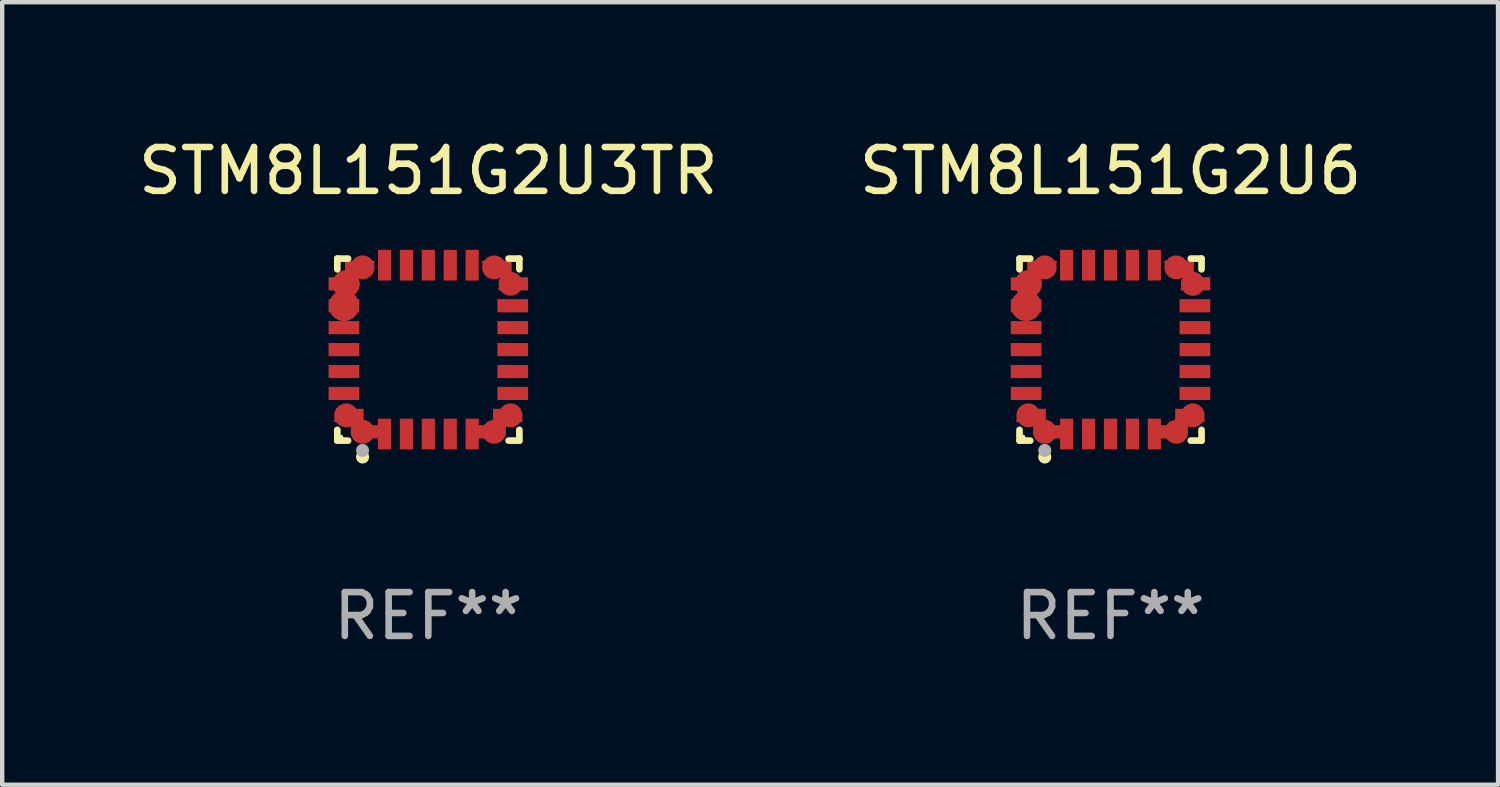
<source format=kicad_pcb>
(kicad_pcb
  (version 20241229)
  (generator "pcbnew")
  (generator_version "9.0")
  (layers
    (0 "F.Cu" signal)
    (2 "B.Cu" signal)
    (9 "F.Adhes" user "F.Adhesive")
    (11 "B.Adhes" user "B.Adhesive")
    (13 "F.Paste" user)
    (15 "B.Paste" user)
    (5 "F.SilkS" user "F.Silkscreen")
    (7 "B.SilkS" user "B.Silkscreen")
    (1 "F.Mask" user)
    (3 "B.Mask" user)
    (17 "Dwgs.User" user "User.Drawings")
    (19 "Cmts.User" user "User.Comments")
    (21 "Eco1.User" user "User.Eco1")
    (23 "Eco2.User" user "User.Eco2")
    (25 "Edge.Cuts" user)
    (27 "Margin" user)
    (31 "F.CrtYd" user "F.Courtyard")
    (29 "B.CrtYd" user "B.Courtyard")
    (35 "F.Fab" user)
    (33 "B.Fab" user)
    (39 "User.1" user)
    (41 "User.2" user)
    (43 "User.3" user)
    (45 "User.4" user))
  (footprint "STM8L151G2U3TR"
    (layer "F.Cu")
    (at 6.72 4.924)
    (property "Reference" "STM8L151G2U3TR" (at 0 -4.076 0) (layer "F.SilkS") (effects (font (size 1 1) (thickness 0.15))))
    (attr through_hole)
    (fp_line (start -2.076 -2.076) (end -1.831 -2.076) (stroke (width 0.152) (type solid)) (layer "F.SilkS"))
    (fp_line (start -2.076 -1.831) (end -2.076 -2.076) (stroke (width 0.152) (type solid)) (layer "F.SilkS"))
    (fp_line (start -2.076 1.831) (end -2.076 2.076) (stroke (width 0.152) (type solid)) (layer "F.SilkS"))
    (fp_line (start -2.076 2.076) (end -1.831 2.076) (stroke (width 0.152) (type solid)) (layer "F.SilkS"))
    (fp_line (start 2.076 -2.076) (end 1.831 -2.076) (stroke (width 0.152) (type solid)) (layer "F.SilkS"))
    (fp_line (start 2.076 -1.831) (end 2.076 -2.076) (stroke (width 0.152) (type solid)) (layer "F.SilkS"))
    (fp_line (start 2.076 1.831) (end 2.076 2.076) (stroke (width 0.152) (type solid)) (layer "F.SilkS"))
    (fp_line (start 2.076 2.076) (end 1.831 2.076) (stroke (width 0.152) (type solid)) (layer "F.SilkS"))
    (fp_circle (center -2 2) (end -1.97 2) (stroke (width 0.06) (type solid)) (fill no) (layer "F.SilkS"))
    (fp_circle (center -1.5 2.45) (end -1.425 2.45) (stroke (width 0.15) (type solid)) (fill no) (layer "F.SilkS"))
    (fp_circle (center -1.5 2.3) (end -1.425 2.3) (stroke (width 0.15) (type solid)) (fill no) (layer "F.Fab"))
    (fp_text user "REF**" (at 0 6.076 0) (layer "F.Fab") (effects (font (size 1 1) (thickness 0.15))))
    (pad "1" smd custom (at -1.5 1.875 90) (size 0.55 0.3) (layers "F.Cu" "F.Mask" "F.Paste") (options (anchor circle)) (primitives (gr_poly (pts (xy -0.15 -0.025) (xy -0.15 0.4) (xy 0.15 0.4) (xy 0.15 -0.275) (xy 0.1 -0.275)) (width 0) (fill yes))))
    (pad "2" smd rect (at -1 1.925) (size 0.3 0.7) (layers "F.Cu" "F.Mask" "F.Paste"))
    (pad "3" smd rect (at -0.5 1.925) (size 0.3 0.7) (layers "F.Cu" "F.Mask" "F.Paste"))
    (pad "4" smd rect (at 0 1.925) (size 0.3 0.7) (layers "F.Cu" "F.Mask" "F.Paste"))
    (pad "5" smd rect (at 0.5 1.925) (size 0.3 0.7) (layers "F.Cu" "F.Mask" "F.Paste"))
    (pad "6" smd rect (at 1 1.925) (size 0.3 0.7) (layers "F.Cu" "F.Mask" "F.Paste"))
    (pad "7" smd custom (at 1.5 1.875 270) (size 0.55 0.3) (layers "F.Cu" "F.Mask" "F.Paste") (options (anchor circle)) (primitives (gr_poly (pts (xy 0.15 -0.025) (xy 0.15 0.4) (xy -0.15 0.4) (xy -0.15 -0.275) (xy -0.1 -0.275)) (width 0) (fill yes))))
    (pad "8" smd custom (at 1.875 1.5 180) (size 0.55 0.3) (layers "F.Cu" "F.Mask" "F.Paste") (options (anchor circle)) (primitives (gr_poly (pts (xy -0.025 0.15) (xy 0.4 0.15) (xy 0.4 -0.15) (xy -0.275 -0.15) (xy -0.275 -0.1)) (width 0) (fill yes))))
    (pad "9" smd rect (at 1.925 1) (size 0.7 0.3) (layers "F.Cu" "F.Mask" "F.Paste"))
    (pad "10" smd rect (at 1.925 0.5) (size 0.7 0.3) (layers "F.Cu" "F.Mask" "F.Paste"))
    (pad "11" smd rect (at 1.925 0) (size 0.7 0.3) (layers "F.Cu" "F.Mask" "F.Paste"))
    (pad "12" smd rect (at 1.925 -0.5) (size 0.7 0.3) (layers "F.Cu" "F.Mask" "F.Paste"))
    (pad "13" smd rect (at 1.925 -1) (size 0.7 0.3) (layers "F.Cu" "F.Mask" "F.Paste"))
    (pad "14" smd custom (at 1.875 -1.5) (size 0.55 0.3) (layers "F.Cu" "F.Mask" "F.Paste") (options (anchor circle)) (primitives (gr_poly (pts (xy -0.025 -0.15) (xy 0.4 -0.15) (xy 0.4 0.15) (xy -0.275 0.15) (xy -0.275 0.1)) (width 0) (fill yes))))
    (pad "15" smd custom (at 1.5 -1.875 270) (size 0.55 0.3) (layers "F.Cu" "F.Mask" "F.Paste") (options (anchor circle)) (primitives (gr_poly (pts (xy 0.15 0.025) (xy 0.15 -0.4) (xy -0.15 -0.4) (xy -0.15 0.275) (xy -0.1 0.275)) (width 0) (fill yes))))
    (pad "16" smd rect (at 1 -1.925) (size 0.3 0.7) (layers "F.Cu" "F.Mask" "F.Paste"))
    (pad "17" smd rect (at 0.5 -1.925) (size 0.3 0.7) (layers "F.Cu" "F.Mask" "F.Paste"))
    (pad "18" smd rect (at 0 -1.925) (size 0.3 0.7) (layers "F.Cu" "F.Mask" "F.Paste"))
    (pad "19" smd rect (at -0.5 -1.925) (size 0.3 0.7) (layers "F.Cu" "F.Mask" "F.Paste"))
    (pad "20" smd rect (at -1 -1.925) (size 0.3 0.7) (layers "F.Cu" "F.Mask" "F.Paste"))
    (pad "21" smd custom (at -1.5 -1.875 90) (size 0.55 0.3) (layers "F.Cu" "F.Mask" "F.Paste") (options (anchor circle)) (primitives (gr_poly (pts (xy -0.15 0.025) (xy -0.15 -0.4) (xy 0.15 -0.4) (xy 0.15 0.275) (xy 0.1 0.275)) (width 0) (fill yes))))
    (pad "22" smd custom (at -1.875 -1.5) (size 0.625 0.3) (layers "F.Cu" "F.Mask" "F.Paste") (options (anchor circle)) (primitives (gr_poly (pts (xy 0.025 -0.15) (xy -0.4 -0.15) (xy -0.4 0.15) (xy 0.275 0.15) (xy 0.275 0.1)) (width 0) (fill yes))))
    (pad "23" smd custom (at -1.925 -1) (size 0.7 0.3) (layers "F.Cu" "F.Mask" "F.Paste") (options (anchor circle)) (primitives (gr_poly (pts (xy -0.35 -0.15) (xy 0.35 -0.15) (xy 0.35 0.15) (xy -0.35 0.15)) (width 0) (fill yes))))
    (pad "24" smd rect (at -1.925 -0.5) (size 0.7 0.3) (layers "F.Cu" "F.Mask" "F.Paste"))
    (pad "25" smd rect (at -1.925 0) (size 0.7 0.3) (layers "F.Cu" "F.Mask" "F.Paste"))
    (pad "26" smd rect (at -1.925 0.5) (size 0.7 0.3) (layers "F.Cu" "F.Mask" "F.Paste"))
    (pad "27" smd rect (at -1.925 1) (size 0.7 0.3) (layers "F.Cu" "F.Mask" "F.Paste"))
    (pad "28" smd custom (at -1.875 1.5 180) (size 0.55 0.3) (layers "F.Cu" "F.Mask" "F.Paste") (options (anchor circle)) (primitives (gr_poly (pts (xy 0.025 0.15) (xy -0.4 0.15) (xy -0.4 -0.15) (xy 0.275 -0.15) (xy 0.275 -0.1)) (width 0) (fill yes)))))
  (footprint "STM8L151G2U6"
    (layer "F.Cu")
    (at 22.28 4.924)
    (property "Reference" "STM8L151G2U6" (at 0 -4.076 0) (layer "F.SilkS") (effects (font (size 1 1) (thickness 0.15))))
    (attr through_hole)
    (fp_line (start -2.076 -2.076) (end -1.831 -2.076) (stroke (width 0.152) (type solid)) (layer "F.SilkS"))
    (fp_line (start -2.076 -1.831) (end -2.076 -2.076) (stroke (width 0.152) (type solid)) (layer "F.SilkS"))
    (fp_line (start -2.076 1.831) (end -2.076 2.076) (stroke (width 0.152) (type solid)) (layer "F.SilkS"))
    (fp_line (start -2.076 2.076) (end -1.831 2.076) (stroke (width 0.152) (type solid)) (layer "F.SilkS"))
    (fp_line (start 2.076 -2.076) (end 1.831 -2.076) (stroke (width 0.152) (type solid)) (layer "F.SilkS"))
    (fp_line (start 2.076 -1.831) (end 2.076 -2.076) (stroke (width 0.152) (type solid)) (layer "F.SilkS"))
    (fp_line (start 2.076 1.831) (end 2.076 2.076) (stroke (width 0.152) (type solid)) (layer "F.SilkS"))
    (fp_line (start 2.076 2.076) (end 1.831 2.076) (stroke (width 0.152) (type solid)) (layer "F.SilkS"))
    (fp_circle (center -2 2) (end -1.97 2) (stroke (width 0.06) (type solid)) (fill no) (layer "F.SilkS"))
    (fp_circle (center -1.5 2.45) (end -1.425 2.45) (stroke (width 0.15) (type solid)) (fill no) (layer "F.SilkS"))
    (fp_circle (center -1.5 2.3) (end -1.425 2.3) (stroke (width 0.15) (type solid)) (fill no) (layer "F.Fab"))
    (fp_text user "REF**" (at 0 6.076 0) (layer "F.Fab") (effects (font (size 1 1) (thickness 0.15))))
    (pad "1" smd custom (at -1.5 1.875 90) (size 0.55 0.3) (layers "F.Cu" "F.Mask" "F.Paste") (options (anchor circle)) (primitives (gr_poly (pts (xy -0.15 -0.025) (xy -0.15 0.4) (xy 0.15 0.4) (xy 0.15 -0.275) (xy 0.1 -0.275)) (width 0) (fill yes))))
    (pad "2" smd rect (at -1 1.925) (size 0.3 0.7) (layers "F.Cu" "F.Mask" "F.Paste"))
    (pad "3" smd rect (at -0.5 1.925) (size 0.3 0.7) (layers "F.Cu" "F.Mask" "F.Paste"))
    (pad "4" smd rect (at 0 1.925) (size 0.3 0.7) (layers "F.Cu" "F.Mask" "F.Paste"))
    (pad "5" smd rect (at 0.5 1.925) (size 0.3 0.7) (layers "F.Cu" "F.Mask" "F.Paste"))
    (pad "6" smd rect (at 1 1.925) (size 0.3 0.7) (layers "F.Cu" "F.Mask" "F.Paste"))
    (pad "7" smd custom (at 1.5 1.875 270) (size 0.55 0.3) (layers "F.Cu" "F.Mask" "F.Paste") (options (anchor circle)) (primitives (gr_poly (pts (xy 0.15 -0.025) (xy 0.15 0.4) (xy -0.15 0.4) (xy -0.15 -0.275) (xy -0.1 -0.275)) (width 0) (fill yes))))
    (pad "8" smd custom (at 1.875 1.5 180) (size 0.55 0.3) (layers "F.Cu" "F.Mask" "F.Paste") (options (anchor circle)) (primitives (gr_poly (pts (xy -0.025 0.15) (xy 0.4 0.15) (xy 0.4 -0.15) (xy -0.275 -0.15) (xy -0.275 -0.1)) (width 0) (fill yes))))
    (pad "9" smd rect (at 1.925 1) (size 0.7 0.3) (layers "F.Cu" "F.Mask" "F.Paste"))
    (pad "10" smd rect (at 1.925 0.5) (size 0.7 0.3) (layers "F.Cu" "F.Mask" "F.Paste"))
    (pad "11" smd rect (at 1.925 0) (size 0.7 0.3) (layers "F.Cu" "F.Mask" "F.Paste"))
    (pad "12" smd rect (at 1.925 -0.5) (size 0.7 0.3) (layers "F.Cu" "F.Mask" "F.Paste"))
    (pad "13" smd rect (at 1.925 -1) (size 0.7 0.3) (layers "F.Cu" "F.Mask" "F.Paste"))
    (pad "14" smd custom (at 1.875 -1.5) (size 0.55 0.3) (layers "F.Cu" "F.Mask" "F.Paste") (options (anchor circle)) (primitives (gr_poly (pts (xy -0.025 -0.15) (xy 0.4 -0.15) (xy 0.4 0.15) (xy -0.275 0.15) (xy -0.275 0.1)) (width 0) (fill yes))))
    (pad "15" smd custom (at 1.5 -1.875 270) (size 0.55 0.3) (layers "F.Cu" "F.Mask" "F.Paste") (options (anchor circle)) (primitives (gr_poly (pts (xy 0.15 0.025) (xy 0.15 -0.4) (xy -0.15 -0.4) (xy -0.15 0.275) (xy -0.1 0.275)) (width 0) (fill yes))))
    (pad "16" smd rect (at 1 -1.925) (size 0.3 0.7) (layers "F.Cu" "F.Mask" "F.Paste"))
    (pad "17" smd rect (at 0.5 -1.925) (size 0.3 0.7) (layers "F.Cu" "F.Mask" "F.Paste"))
    (pad "18" smd rect (at 0 -1.925) (size 0.3 0.7) (layers "F.Cu" "F.Mask" "F.Paste"))
    (pad "19" smd rect (at -0.5 -1.925) (size 0.3 0.7) (layers "F.Cu" "F.Mask" "F.Paste"))
    (pad "20" smd rect (at -1 -1.925) (size 0.3 0.7) (layers "F.Cu" "F.Mask" "F.Paste"))
    (pad "21" smd custom (at -1.5 -1.875 90) (size 0.55 0.3) (layers "F.Cu" "F.Mask" "F.Paste") (options (anchor circle)) (primitives (gr_poly (pts (xy -0.15 0.025) (xy -0.15 -0.4) (xy 0.15 -0.4) (xy 0.15 0.275) (xy 0.1 0.275)) (width 0) (fill yes))))
    (pad "22" smd custom (at -1.875 -1.5) (size 0.625 0.3) (layers "F.Cu" "F.Mask" "F.Paste") (options (anchor circle)) (primitives (gr_poly (pts (xy 0.025 -0.15) (xy -0.4 -0.15) (xy -0.4 0.15) (xy 0.275 0.15) (xy 0.275 0.1)) (width 0) (fill yes))))
    (pad "23" smd custom (at -1.925 -1) (size 0.7 0.3) (layers "F.Cu" "F.Mask" "F.Paste") (options (anchor circle)) (primitives (gr_poly (pts (xy -0.35 -0.15) (xy 0.35 -0.15) (xy 0.35 0.15) (xy -0.35 0.15)) (width 0) (fill yes))))
    (pad "24" smd rect (at -1.925 -0.5) (size 0.7 0.3) (layers "F.Cu" "F.Mask" "F.Paste"))
    (pad "25" smd rect (at -1.925 0) (size 0.7 0.3) (layers "F.Cu" "F.Mask" "F.Paste"))
    (pad "26" smd rect (at -1.925 0.5) (size 0.7 0.3) (layers "F.Cu" "F.Mask" "F.Paste"))
    (pad "27" smd rect (at -1.925 1) (size 0.7 0.3) (layers "F.Cu" "F.Mask" "F.Paste"))
    (pad "28" smd custom (at -1.875 1.5 180) (size 0.55 0.3) (layers "F.Cu" "F.Mask" "F.Paste") (options (anchor circle)) (primitives (gr_poly (pts (xy 0.025 0.15) (xy -0.4 0.15) (xy -0.4 -0.15) (xy 0.275 -0.15) (xy 0.275 -0.1)) (width 0) (fill yes)))))
  (gr_rect
    (start -3 -3)
    (end 31.119 14.849)
    (stroke (width 0.1) (type default))
    (fill no)
    (layer "Edge.Cuts")))
</source>
